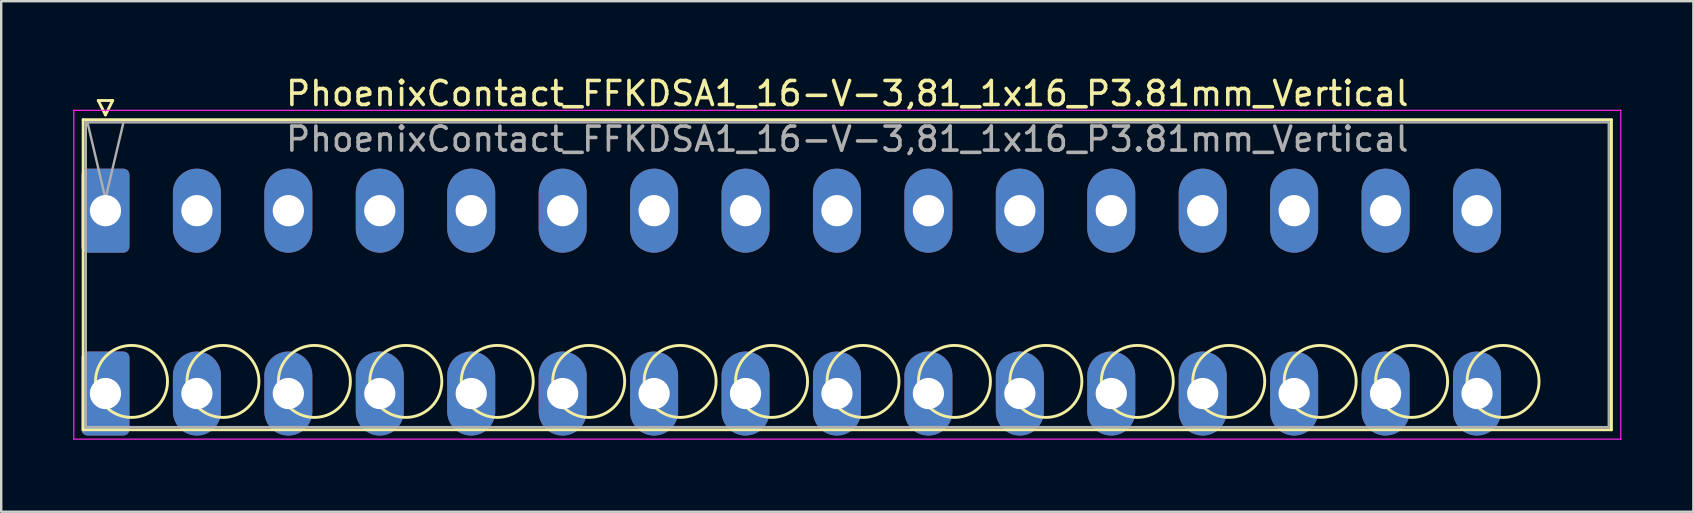
<source format=kicad_pcb>
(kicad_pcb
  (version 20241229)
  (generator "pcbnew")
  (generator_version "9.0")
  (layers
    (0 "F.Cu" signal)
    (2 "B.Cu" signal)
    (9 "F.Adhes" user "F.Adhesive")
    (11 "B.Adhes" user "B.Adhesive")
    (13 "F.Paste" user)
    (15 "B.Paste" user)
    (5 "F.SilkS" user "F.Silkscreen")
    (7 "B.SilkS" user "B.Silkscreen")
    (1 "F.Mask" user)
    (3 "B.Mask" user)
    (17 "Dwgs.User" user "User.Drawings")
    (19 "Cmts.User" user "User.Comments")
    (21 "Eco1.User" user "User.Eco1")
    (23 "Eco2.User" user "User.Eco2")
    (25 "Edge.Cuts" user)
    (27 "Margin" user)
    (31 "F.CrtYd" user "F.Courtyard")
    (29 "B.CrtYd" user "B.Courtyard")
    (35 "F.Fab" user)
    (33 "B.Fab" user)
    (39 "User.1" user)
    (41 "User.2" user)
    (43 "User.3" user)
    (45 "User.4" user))
  (footprint "PhoenixContact_FFKDSA1_16-V-3,81_1x16_P3.81mm_Vertical"
    (layer "F.Cu")
    (at 1.345 5.728)
    (property "Reference" "PhoenixContact_FFKDSA1_16-V-3,81_1x16_P3.81mm_Vertical" (at 30.91 -4.88 0) (layer "F.SilkS") (effects (font (size 1 1) (thickness 0.15))))
    (attr through_hole)
    (fp_line (start -0.93 -3.79) (end -0.93 9.13) (stroke (width 0.12) (type solid)) (layer "F.SilkS"))
    (fp_line (start -0.93 9.13) (end 62.75 9.13) (stroke (width 0.12) (type solid)) (layer "F.SilkS"))
    (fp_line (start -0.3 -4.59) (end 0.3 -4.59) (stroke (width 0.12) (type solid)) (layer "F.SilkS"))
    (fp_line (start 0 -3.99) (end -0.3 -4.59) (stroke (width 0.12) (type solid)) (layer "F.SilkS"))
    (fp_line (start 0.3 -4.59) (end 0 -3.99) (stroke (width 0.12) (type solid)) (layer "F.SilkS"))
    (fp_line (start 62.75 -3.79) (end -0.93 -3.79) (stroke (width 0.12) (type solid)) (layer "F.SilkS"))
    (fp_line (start 62.75 9.13) (end 62.75 -3.79) (stroke (width 0.12) (type solid)) (layer "F.SilkS"))
    (fp_circle (center 1.085 7.115) (end 2.585 7.115) (stroke (width 0.12) (type solid)) (fill no) (layer "F.SilkS"))
    (fp_circle (center 4.895 7.115) (end 6.395 7.115) (stroke (width 0.12) (type solid)) (fill no) (layer "F.SilkS"))
    (fp_circle (center 8.705 7.115) (end 10.205 7.115) (stroke (width 0.12) (type solid)) (fill no) (layer "F.SilkS"))
    (fp_circle (center 12.515 7.115) (end 14.015 7.115) (stroke (width 0.12) (type solid)) (fill no) (layer "F.SilkS"))
    (fp_circle (center 16.325 7.115) (end 17.825 7.115) (stroke (width 0.12) (type solid)) (fill no) (layer "F.SilkS"))
    (fp_circle (center 20.135 7.115) (end 21.635 7.115) (stroke (width 0.12) (type solid)) (fill no) (layer "F.SilkS"))
    (fp_circle (center 23.945 7.115) (end 25.445 7.115) (stroke (width 0.12) (type solid)) (fill no) (layer "F.SilkS"))
    (fp_circle (center 27.755 7.115) (end 29.255 7.115) (stroke (width 0.12) (type solid)) (fill no) (layer "F.SilkS"))
    (fp_circle (center 31.565 7.115) (end 33.065 7.115) (stroke (width 0.12) (type solid)) (fill no) (layer "F.SilkS"))
    (fp_circle (center 35.375 7.115) (end 36.875 7.115) (stroke (width 0.12) (type solid)) (fill no) (layer "F.SilkS"))
    (fp_circle (center 39.185 7.115) (end 40.685 7.115) (stroke (width 0.12) (type solid)) (fill no) (layer "F.SilkS"))
    (fp_circle (center 42.995 7.115) (end 44.495 7.115) (stroke (width 0.12) (type solid)) (fill no) (layer "F.SilkS"))
    (fp_circle (center 46.805 7.115) (end 48.305 7.115) (stroke (width 0.12) (type solid)) (fill no) (layer "F.SilkS"))
    (fp_circle (center 50.615 7.115) (end 52.115 7.115) (stroke (width 0.12) (type solid)) (fill no) (layer "F.SilkS"))
    (fp_circle (center 54.425 7.115) (end 55.925 7.115) (stroke (width 0.12) (type solid)) (fill no) (layer "F.SilkS"))
    (fp_circle (center 58.235 7.115) (end 59.735 7.115) (stroke (width 0.12) (type solid)) (fill no) (layer "F.SilkS"))
    (fp_line (start -1.32 -4.18) (end -1.32 9.52) (stroke (width 0.05) (type solid)) (layer "F.CrtYd"))
    (fp_line (start -1.32 9.52) (end 63.14 9.52) (stroke (width 0.05) (type solid)) (layer "F.CrtYd"))
    (fp_line (start 63.14 -4.18) (end -1.32 -4.18) (stroke (width 0.05) (type solid)) (layer "F.CrtYd"))
    (fp_line (start 63.14 9.52) (end 63.14 -4.18) (stroke (width 0.05) (type solid)) (layer "F.CrtYd"))
    (fp_line (start -0.82 -3.68) (end -0.82 9.02) (stroke (width 0.1) (type solid)) (layer "F.Fab"))
    (fp_line (start -0.82 9.02) (end 62.64 9.02) (stroke (width 0.1) (type solid)) (layer "F.Fab"))
    (fp_line (start 0 -0.5) (end -0.75 -3.68) (stroke (width 0.1) (type solid)) (layer "F.Fab"))
    (fp_line (start 0.75 -3.68) (end 0 -0.5) (stroke (width 0.1) (type solid)) (layer "F.Fab"))
    (fp_line (start 62.64 -3.68) (end -0.82 -3.68) (stroke (width 0.1) (type solid)) (layer "F.Fab"))
    (fp_line (start 62.64 9.02) (end 62.64 -3.68) (stroke (width 0.1) (type solid)) (layer "F.Fab"))
    (fp_text user "${REFERENCE}" (at 30.91 -2.98 0) (layer "F.Fab") (effects (font (size 1 1) (thickness 0.15))))
    (pad "1" thru_hole roundrect (at 0 0) (size 2 3.5) (drill 1.3) (layers "*.Cu" "*.Mask") (roundrect_rratio 0.125))
    (pad "1" thru_hole roundrect (at 0 7.62) (size 2 3.5) (drill 1.3) (layers "*.Cu" "*.Mask") (roundrect_rratio 0.125))
    (pad "2" thru_hole oval (at 3.81 0) (size 2 3.5) (drill 1.3) (layers "*.Cu" "*.Mask"))
    (pad "2" thru_hole oval (at 3.81 7.62) (size 2 3.5) (drill 1.3) (layers "*.Cu" "*.Mask"))
    (pad "3" thru_hole oval (at 7.62 0) (size 2 3.5) (drill 1.3) (layers "*.Cu" "*.Mask"))
    (pad "3" thru_hole oval (at 7.62 7.62) (size 2 3.5) (drill 1.3) (layers "*.Cu" "*.Mask"))
    (pad "4" thru_hole oval (at 11.43 0) (size 2 3.5) (drill 1.3) (layers "*.Cu" "*.Mask"))
    (pad "4" thru_hole oval (at 11.43 7.62) (size 2 3.5) (drill 1.3) (layers "*.Cu" "*.Mask"))
    (pad "5" thru_hole oval (at 15.24 0) (size 2 3.5) (drill 1.3) (layers "*.Cu" "*.Mask"))
    (pad "5" thru_hole oval (at 15.24 7.62) (size 2 3.5) (drill 1.3) (layers "*.Cu" "*.Mask"))
    (pad "6" thru_hole oval (at 19.05 0) (size 2 3.5) (drill 1.3) (layers "*.Cu" "*.Mask"))
    (pad "6" thru_hole oval (at 19.05 7.62) (size 2 3.5) (drill 1.3) (layers "*.Cu" "*.Mask"))
    (pad "7" thru_hole oval (at 22.86 0) (size 2 3.5) (drill 1.3) (layers "*.Cu" "*.Mask"))
    (pad "7" thru_hole oval (at 22.86 7.62) (size 2 3.5) (drill 1.3) (layers "*.Cu" "*.Mask"))
    (pad "8" thru_hole oval (at 26.67 0) (size 2 3.5) (drill 1.3) (layers "*.Cu" "*.Mask"))
    (pad "8" thru_hole oval (at 26.67 7.62) (size 2 3.5) (drill 1.3) (layers "*.Cu" "*.Mask"))
    (pad "9" thru_hole oval (at 30.48 0) (size 2 3.5) (drill 1.3) (layers "*.Cu" "*.Mask"))
    (pad "9" thru_hole oval (at 30.48 7.62) (size 2 3.5) (drill 1.3) (layers "*.Cu" "*.Mask"))
    (pad "10" thru_hole oval (at 34.29 0) (size 2 3.5) (drill 1.3) (layers "*.Cu" "*.Mask"))
    (pad "10" thru_hole oval (at 34.29 7.62) (size 2 3.5) (drill 1.3) (layers "*.Cu" "*.Mask"))
    (pad "11" thru_hole oval (at 38.1 0) (size 2 3.5) (drill 1.3) (layers "*.Cu" "*.Mask"))
    (pad "11" thru_hole oval (at 38.1 7.62) (size 2 3.5) (drill 1.3) (layers "*.Cu" "*.Mask"))
    (pad "12" thru_hole oval (at 41.91 0) (size 2 3.5) (drill 1.3) (layers "*.Cu" "*.Mask"))
    (pad "12" thru_hole oval (at 41.91 7.62) (size 2 3.5) (drill 1.3) (layers "*.Cu" "*.Mask"))
    (pad "13" thru_hole oval (at 45.72 0) (size 2 3.5) (drill 1.3) (layers "*.Cu" "*.Mask"))
    (pad "13" thru_hole oval (at 45.72 7.62) (size 2 3.5) (drill 1.3) (layers "*.Cu" "*.Mask"))
    (pad "14" thru_hole oval (at 49.53 0) (size 2 3.5) (drill 1.3) (layers "*.Cu" "*.Mask"))
    (pad "14" thru_hole oval (at 49.53 7.62) (size 2 3.5) (drill 1.3) (layers "*.Cu" "*.Mask"))
    (pad "15" thru_hole oval (at 53.34 0) (size 2 3.5) (drill 1.3) (layers "*.Cu" "*.Mask"))
    (pad "15" thru_hole oval (at 53.34 7.62) (size 2 3.5) (drill 1.3) (layers "*.Cu" "*.Mask"))
    (pad "16" thru_hole oval (at 57.15 0) (size 2 3.5) (drill 1.3) (layers "*.Cu" "*.Mask"))
    (pad "16" thru_hole oval (at 57.15 7.62) (size 2 3.5) (drill 1.3) (layers "*.Cu" "*.Mask")))
  (gr_rect
    (start -3 -3)
    (end 67.51 18.273)
    (stroke (width 0.1) (type default))
    (fill no)
    (layer "Edge.Cuts")))
</source>
